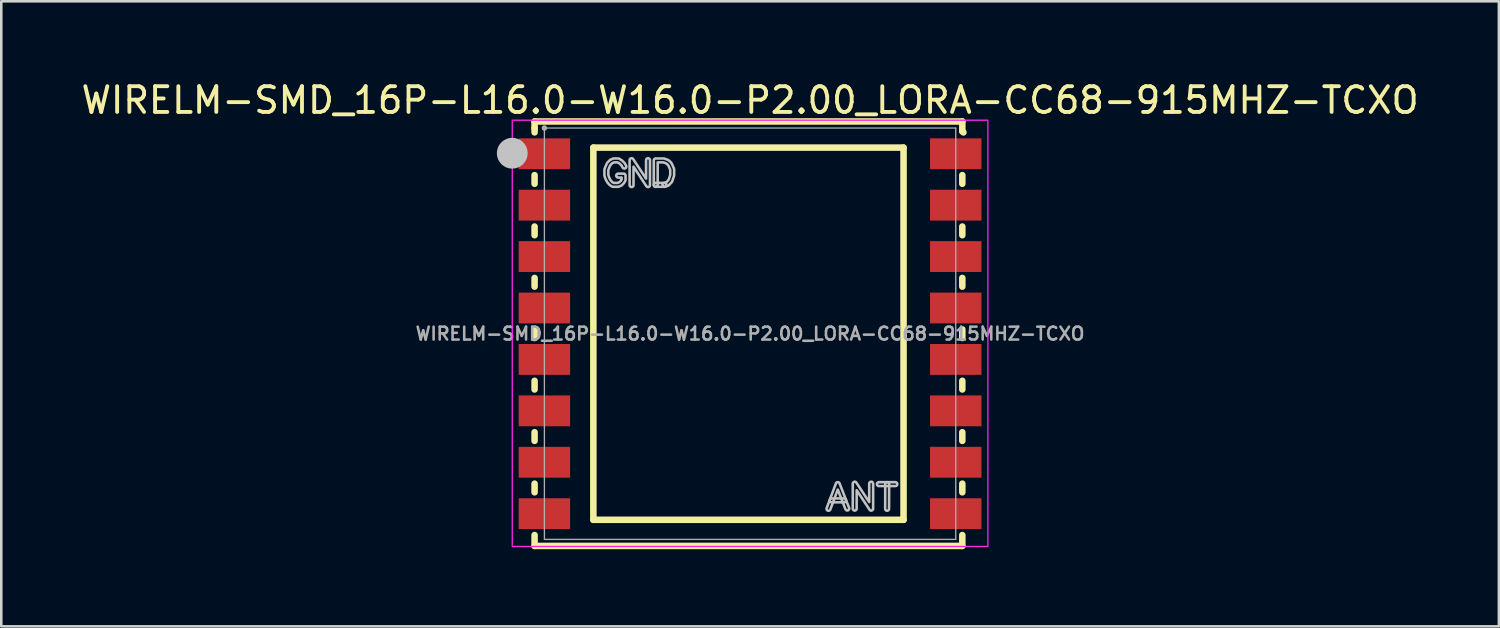
<source format=kicad_pcb>
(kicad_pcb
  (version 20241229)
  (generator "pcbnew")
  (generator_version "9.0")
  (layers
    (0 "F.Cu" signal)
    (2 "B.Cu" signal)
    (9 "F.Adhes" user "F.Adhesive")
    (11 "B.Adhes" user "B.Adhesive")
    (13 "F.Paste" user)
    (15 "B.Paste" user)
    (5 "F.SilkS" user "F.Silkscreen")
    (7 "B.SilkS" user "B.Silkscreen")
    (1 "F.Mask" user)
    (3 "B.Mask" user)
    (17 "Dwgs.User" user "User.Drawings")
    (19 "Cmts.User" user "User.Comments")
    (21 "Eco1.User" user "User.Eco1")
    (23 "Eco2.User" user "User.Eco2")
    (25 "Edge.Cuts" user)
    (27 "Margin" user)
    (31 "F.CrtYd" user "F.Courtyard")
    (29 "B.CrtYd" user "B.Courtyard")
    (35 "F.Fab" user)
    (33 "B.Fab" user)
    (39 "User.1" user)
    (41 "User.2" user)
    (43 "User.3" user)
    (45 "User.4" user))
  (footprint "WIRELM-SMD_16P-L16.0-W16.0-P2.00_LORA-CC68-915MHZ-TCXO"
    (layer "F.Cu")
    (at 26.125 9.93)
    (property "Reference" "WIRELM-SMD_16P-L16.0-W16.0-P2.00_LORA-CC68-915MHZ-TCXO" (at 0 -9.082 0) (layer "F.SilkS") (effects (font (size 1 1) (thickness 0.15))))
    (fp_line (start -8.382 -8.255) (end 8.255 -8.255) (stroke (width 0.254) (type default)) (layer "F.SilkS"))
    (fp_line (start -8.382 -8.001) (end -8.382 -8.255) (stroke (width 0.254) (type default)) (layer "F.SilkS"))
    (fp_line (start -8.382 -7.831) (end -8.382 -8.001) (stroke (width 0.254) (type default)) (layer "F.SilkS"))
    (fp_line (start -8.382 -5.831) (end -8.382 -6.169) (stroke (width 0.254) (type default)) (layer "F.SilkS"))
    (fp_line (start -8.382 -3.831) (end -8.382 -4.169) (stroke (width 0.254) (type default)) (layer "F.SilkS"))
    (fp_line (start -8.382 -1.831) (end -8.382 -2.169) (stroke (width 0.254) (type default)) (layer "F.SilkS"))
    (fp_line (start -8.382 0.169) (end -8.382 -0.169) (stroke (width 0.254) (type default)) (layer "F.SilkS"))
    (fp_line (start -8.382 2.169) (end -8.382 1.831) (stroke (width 0.254) (type default)) (layer "F.SilkS"))
    (fp_line (start -8.382 4.169) (end -8.382 3.831) (stroke (width 0.254) (type default)) (layer "F.SilkS"))
    (fp_line (start -8.382 6.169) (end -8.382 5.831) (stroke (width 0.254) (type default)) (layer "F.SilkS"))
    (fp_line (start -8.382 8.255) (end -8.382 7.831) (stroke (width 0.254) (type default)) (layer "F.SilkS"))
    (fp_line (start -6.096 -7.239) (end 5.969 -7.239) (stroke (width 0.254) (type default)) (layer "F.SilkS"))
    (fp_line (start -6.096 7.239) (end -6.096 -7.239) (stroke (width 0.254) (type default)) (layer "F.SilkS"))
    (fp_line (start 5.969 -7.239) (end 5.969 7.239) (stroke (width 0.254) (type default)) (layer "F.SilkS"))
    (fp_line (start 5.969 7.239) (end -6.096 7.239) (stroke (width 0.254) (type default)) (layer "F.SilkS"))
    (fp_line (start 8.255 -8.255) (end 8.255 -7.874) (stroke (width 0.254) (type default)) (layer "F.SilkS"))
    (fp_line (start 8.255 -7.874) (end 8.299 -7.83) (stroke (width 0.254) (type default)) (layer "F.SilkS"))
    (fp_line (start 8.255 -6.169) (end 8.255 -5.831) (stroke (width 0.254) (type default)) (layer "F.SilkS"))
    (fp_line (start 8.255 -4.169) (end 8.255 -3.831) (stroke (width 0.254) (type default)) (layer "F.SilkS"))
    (fp_line (start 8.255 -2.169) (end 8.255 -1.831) (stroke (width 0.254) (type default)) (layer "F.SilkS"))
    (fp_line (start 8.255 -0.169) (end 8.255 0.169) (stroke (width 0.254) (type default)) (layer "F.SilkS"))
    (fp_line (start 8.255 1.831) (end 8.255 2.169) (stroke (width 0.254) (type default)) (layer "F.SilkS"))
    (fp_line (start 8.255 3.831) (end 8.255 4.169) (stroke (width 0.254) (type default)) (layer "F.SilkS"))
    (fp_line (start 8.255 5.831) (end 8.255 6.169) (stroke (width 0.254) (type default)) (layer "F.SilkS"))
    (fp_line (start 8.255 7.831) (end 8.255 8.255) (stroke (width 0.254) (type default)) (layer "F.SilkS"))
    (fp_line (start 8.255 8.255) (end -8.382 8.255) (stroke (width 0.254) (type default)) (layer "F.SilkS"))
    (fp_circle (center -9.25 -7.02) (end -8.95 -7.02) (stroke (width 0.6) (type default)) (fill no) (layer "Dwgs.User"))
    (fp_poly (pts (arc (start -3.33 -5.866) (mid -3.254498 -5.79) (end -3.33 -5.714)) (arc (start -3.67 -5.714) (mid -3.745502 -5.79) (end -3.67 -5.866))) (stroke (width 0.1) (type default)) (fill no) (layer "Dwgs.User"))
    (fp_poly (pts (arc (start 3.173 6.5575) (mid 3.097499 6.48125) (end 3.1735 6.4055)) (arc (start 3.657 6.408) (mid 3.732006 6.48425) (end 3.6565 6.56))) (stroke (width 0.1) (type default)) (fill no) (layer "Dwgs.User"))
    (fp_poly (pts (arc (start 5.01 5.926) (mid 4.934 5.85) (end 5.01 5.774)) (arc (start 5.65 5.774) (mid 5.726 5.85) (end 5.65 5.926))) (stroke (width 0.1) (type default)) (fill no) (layer "Dwgs.User"))
    (fp_poly (pts (arc (start 5.257 5.8495) (mid 5.33325 5.774494) (end 5.409 5.85)) (arc (start 5.406 6.81) (mid 5.33 6.885502) (end 5.254 6.81))) (stroke (width 0.1) (type default)) (fill no) (layer "Dwgs.User"))
    (fp_poly (pts (arc (start 3.121 6.8365) (mid 3.0235 6.881) (end 2.979 6.7835)) (arc (start 3.339 5.8235) (mid 3.409534 5.774217) (end 3.481 5.8225)) (arc (start 3.851 6.7725) (mid 3.807434 6.870333) (end 3.709 6.8275)) (xy 3.412 6.063)) (stroke (width 0.1) (type default)) (fill no) (layer "Dwgs.User"))
    (fp_poly (pts (arc (start -4.534 -5.78) (mid -4.61 -5.704498) (end -4.686 -5.78)) (arc (start -4.686 -6.75) (mid -4.631891 -6.822779) (end -4.5465 -6.792)) (xy -4.046 -6.033) (arc (start -4.046 -6.75) (mid -3.97 -6.826) (end -3.894 -6.75)) (arc (start -3.894 -5.78) (mid -3.948109 -5.707221) (end -4.0335 -5.738)) (xy -4.534 -6.497)) (stroke (width 0.1) (type default)) (fill no) (layer "Dwgs.User"))
    (fp_poly (pts (arc (start 4.146 6.8035) (mid 4.07 6.8795) (end 3.994 6.8035)) (arc (start 3.994 5.8335) (mid 4.048109 5.760721) (end 4.1335 5.7915)) (xy 4.634 6.55) (arc (start 4.634 5.8335) (mid 4.71 5.7575) (end 4.786 5.8335)) (arc (start 4.786 6.8035) (mid 4.731691 6.876339) (end 4.6465 6.845)) (xy 4.146 6.087)) (stroke (width 0.1) (type default)) (fill no) (layer "Dwgs.User"))
    (fp_poly (pts (arc (start -3.594 -5.79) (mid -3.67 -5.714498) (end -3.746 -5.79)) (arc (start -3.746 -6.74) (mid -3.72374 -6.79374) (end -3.67 -6.816)) (xy -3.36 -6.816) (xy -3.334 -6.811) (xy -3.195 -6.761) (xy -3.17 -6.747) (xy -3.079 -6.667) (xy -3.062 -6.644) (xy -3.012 -6.544) (xy -3.01 -6.539) (xy -2.96 -6.419) (xy -2.954 -6.39) (xy -2.954 -6.16) (xy -2.958 -6.136) (xy -3.028 -5.926) (xy -3.044 -5.899) (arc (start -3.154 -5.7785) (mid -3.168657 -5.766133) (end -3.186 -5.758)) (arc (start -3.306 -5.718) (mid -3.402 -5.766) (end -3.354 -5.862)) (xy -3.252 -5.896) (xy -3.167 -5.989) (xy -3.106 -6.173) (xy -3.106 -6.375) (xy -3.149 -6.479) (xy -3.192 -6.563) (xy -3.26 -6.623) (xy -3.373 -6.664) (xy -3.594 -6.664)) (stroke (width 0.1) (type default)) (fill no) (layer "Dwgs.User"))
    (fp_poly (pts (arc (start -4.8235 -6.537) (mid -4.85364 -6.435239) (end -4.9565 -6.463)) (xy -5.002 -6.544) (xy -5.077 -6.62) (xy -5.151 -6.664) (xy -5.292 -6.664) (xy -5.365 -6.628) (xy -5.428 -6.565) (xy -5.471 -6.479) (xy -5.514 -6.366) (xy -5.514 -6.173) (xy -5.48 -6.071) (xy -5.428 -5.974) (xy -5.361 -5.899) (xy -5.308 -5.866) (xy -5.146 -5.866) (xy -5.084 -5.894) (xy -5.03 -5.947) (xy -4.996 -6.002) (xy -4.996 -6.074) (arc (start -5.13 -6.074) (mid -5.206 -6.15) (end -5.13 -6.226)) (arc (start -4.92 -6.226) (mid -4.86626 -6.20374) (end -4.844 -6.15)) (arc (start -4.844 -5.98) (mid -4.846967 -5.958972) (end -4.8555 -5.9395)) (xy -4.905 -5.859) (xy -4.916 -5.846) (xy -4.986 -5.776) (xy -5.009 -5.761) (xy -5.099 -5.721) (xy -5.13 -5.714) (arc (start -5.33 -5.714) (mid -5.351028 -5.716967) (end -5.3705 -5.7255)) (xy -5.45 -5.776) (xy -5.467 -5.79) (xy -5.547 -5.88) (xy -5.556 -5.894) (xy -5.617 -6.003) (xy -5.622 -6.016) (xy -5.662 -6.136) (xy -5.666 -6.16) (xy -5.666 -6.38) (xy -5.661 -6.407) (xy -5.611 -6.537) (xy -5.608 -6.544) (xy -5.558 -6.644) (xy -5.543 -6.663) (xy -5.463 -6.744) (xy -5.444 -6.758) (xy -5.344 -6.808) (xy -5.31 -6.816) (arc (start -5.13 -6.816) (mid -5.109713 -6.813242) (end -5.091 -6.805)) (xy -4.991 -6.745) (xy -4.976 -6.734) (xy -4.886 -6.644) (xy -4.873 -6.627)) (stroke (width 0.1) (type default)) (fill no) (layer "Dwgs.User"))
    (fp_rect (start -9.25 -8.305) (end 9.25 8.275) (stroke (width 0.05) (type default)) (fill no) (layer "F.CrtYd"))
    (fp_line (start -8 -8) (end 8 -8) (stroke (width 0.051) (type default)) (layer "F.Fab"))
    (fp_line (start -8 8) (end -8 -8) (stroke (width 0.051) (type default)) (layer "F.Fab"))
    (fp_line (start 8 -8) (end 8 8) (stroke (width 0.051) (type default)) (layer "F.Fab"))
    (fp_line (start 8 8) (end -8 8) (stroke (width 0.051) (type default)) (layer "F.Fab"))
    (fp_poly (pts (xy -7.945 -8.023) (xy -7.977 -8.055) (xy -8.023 -8.055) (xy -8.055 -8.023) (xy -8.055 -7.977) (xy -8.023 -7.945) (xy -7.977 -7.945) (xy -7.945 -7.977)) (stroke (width 0.1) (type default)) (fill no) (layer "F.Fab"))
    (fp_poly (pts (xy -8 -7.6) (xy -7.1 -7.6) (xy -7.1 -6.4) (xy -8 -6.4)) (stroke (width 0.1) (type default)) (fill no) (layer "User.1"))
    (fp_poly (pts (xy -8 -5.6) (xy -7.1 -5.6) (xy -7.1 -4.4) (xy -8 -4.4)) (stroke (width 0.1) (type default)) (fill no) (layer "User.1"))
    (fp_poly (pts (xy -8 -3.6) (xy -7.1 -3.6) (xy -7.1 -2.4) (xy -8 -2.4)) (stroke (width 0.1) (type default)) (fill no) (layer "User.1"))
    (fp_poly (pts (xy -8 -1.6) (xy -7.1 -1.6) (xy -7.1 -0.4) (xy -8 -0.4)) (stroke (width 0.1) (type default)) (fill no) (layer "User.1"))
    (fp_poly (pts (xy -8 0.4) (xy -7.1 0.4) (xy -7.1 1.6) (xy -8 1.6)) (stroke (width 0.1) (type default)) (fill no) (layer "User.1"))
    (fp_poly (pts (xy -8 2.4) (xy -7.1 2.4) (xy -7.1 3.6) (xy -8 3.6)) (stroke (width 0.1) (type default)) (fill no) (layer "User.1"))
    (fp_poly (pts (xy -8 4.4) (xy -7.1 4.4) (xy -7.1 5.6) (xy -8 5.6)) (stroke (width 0.1) (type default)) (fill no) (layer "User.1"))
    (fp_poly (pts (xy -8 6.4) (xy -7.1 6.4) (xy -7.1 7.6) (xy -8 7.6)) (stroke (width 0.1) (type default)) (fill no) (layer "User.1"))
    (fp_poly (pts (xy 7.1 -7.6) (xy 8 -7.6) (xy 8 -6.4) (xy 7.1 -6.4)) (stroke (width 0.1) (type default)) (fill no) (layer "User.1"))
    (fp_poly (pts (xy 7.1 -5.6) (xy 8 -5.6) (xy 8 -4.4) (xy 7.1 -4.4)) (stroke (width 0.1) (type default)) (fill no) (layer "User.1"))
    (fp_poly (pts (xy 7.1 -3.6) (xy 8 -3.6) (xy 8 -2.4) (xy 7.1 -2.4)) (stroke (width 0.1) (type default)) (fill no) (layer "User.1"))
    (fp_poly (pts (xy 7.1 -1.6) (xy 8 -1.6) (xy 8 -0.4) (xy 7.1 -0.4)) (stroke (width 0.1) (type default)) (fill no) (layer "User.1"))
    (fp_poly (pts (xy 7.1 0.4) (xy 8 0.4) (xy 8 1.6) (xy 7.1 1.6)) (stroke (width 0.1) (type default)) (fill no) (layer "User.1"))
    (fp_poly (pts (xy 7.1 2.4) (xy 8 2.4) (xy 8 3.6) (xy 7.1 3.6)) (stroke (width 0.1) (type default)) (fill no) (layer "User.1"))
    (fp_poly (pts (xy 7.1 4.4) (xy 8 4.4) (xy 8 5.6) (xy 7.1 5.6)) (stroke (width 0.1) (type default)) (fill no) (layer "User.1"))
    (fp_poly (pts (xy 7.1 6.4) (xy 8 6.4) (xy 8 7.6) (xy 7.1 7.6)) (stroke (width 0.1) (type default)) (fill no) (layer "User.1"))
    (fp_text user "${REFERENCE}" (at 0 0 0) (layer "F.Fab") (effects (font (size 0.5 0.5) (thickness 0.1))))
    (pad "1" smd rect (at -8 -7 90) (size 1.2 2) (layers "F.Cu" "F.Mask" "F.Paste"))
    (pad "2" smd rect (at -8 -5 90) (size 1.2 2) (layers "F.Cu" "F.Mask" "F.Paste"))
    (pad "3" smd rect (at -8 -3 90) (size 1.2 2) (layers "F.Cu" "F.Mask" "F.Paste"))
    (pad "4" smd rect (at -8 -1 90) (size 1.2 2) (layers "F.Cu" "F.Mask" "F.Paste"))
    (pad "5" smd rect (at -8 1 90) (size 1.2 2) (layers "F.Cu" "F.Mask" "F.Paste"))
    (pad "6" smd rect (at -8 3 90) (size 1.2 2) (layers "F.Cu" "F.Mask" "F.Paste"))
    (pad "7" smd rect (at -8 5 90) (size 1.2 2) (layers "F.Cu" "F.Mask" "F.Paste"))
    (pad "8" smd rect (at -8 7 90) (size 1.2 2) (layers "F.Cu" "F.Mask" "F.Paste"))
    (pad "9" smd rect (at 8 7 90) (size 1.2 2) (layers "F.Cu" "F.Mask" "F.Paste"))
    (pad "10" smd rect (at 8 5 90) (size 1.2 2) (layers "F.Cu" "F.Mask" "F.Paste"))
    (pad "11" smd rect (at 8 3 90) (size 1.2 2) (layers "F.Cu" "F.Mask" "F.Paste"))
    (pad "12" smd rect (at 8 1 90) (size 1.2 2) (layers "F.Cu" "F.Mask" "F.Paste"))
    (pad "13" smd rect (at 8 -1 90) (size 1.2 2) (layers "F.Cu" "F.Mask" "F.Paste"))
    (pad "14" smd rect (at 8 -3 90) (size 1.2 2) (layers "F.Cu" "F.Mask" "F.Paste"))
    (pad "15" smd rect (at 8 -5 90) (size 1.2 2) (layers "F.Cu" "F.Mask" "F.Paste"))
    (pad "16" smd rect (at 8 -7 90) (size 1.2 2) (layers "F.Cu" "F.Mask" "F.Paste")))
  (gr_rect
    (start -3 -3)
    (end 55.25 21.312)
    (stroke (width 0.1) (type default))
    (fill no)
    (layer "Edge.Cuts")))
</source>
